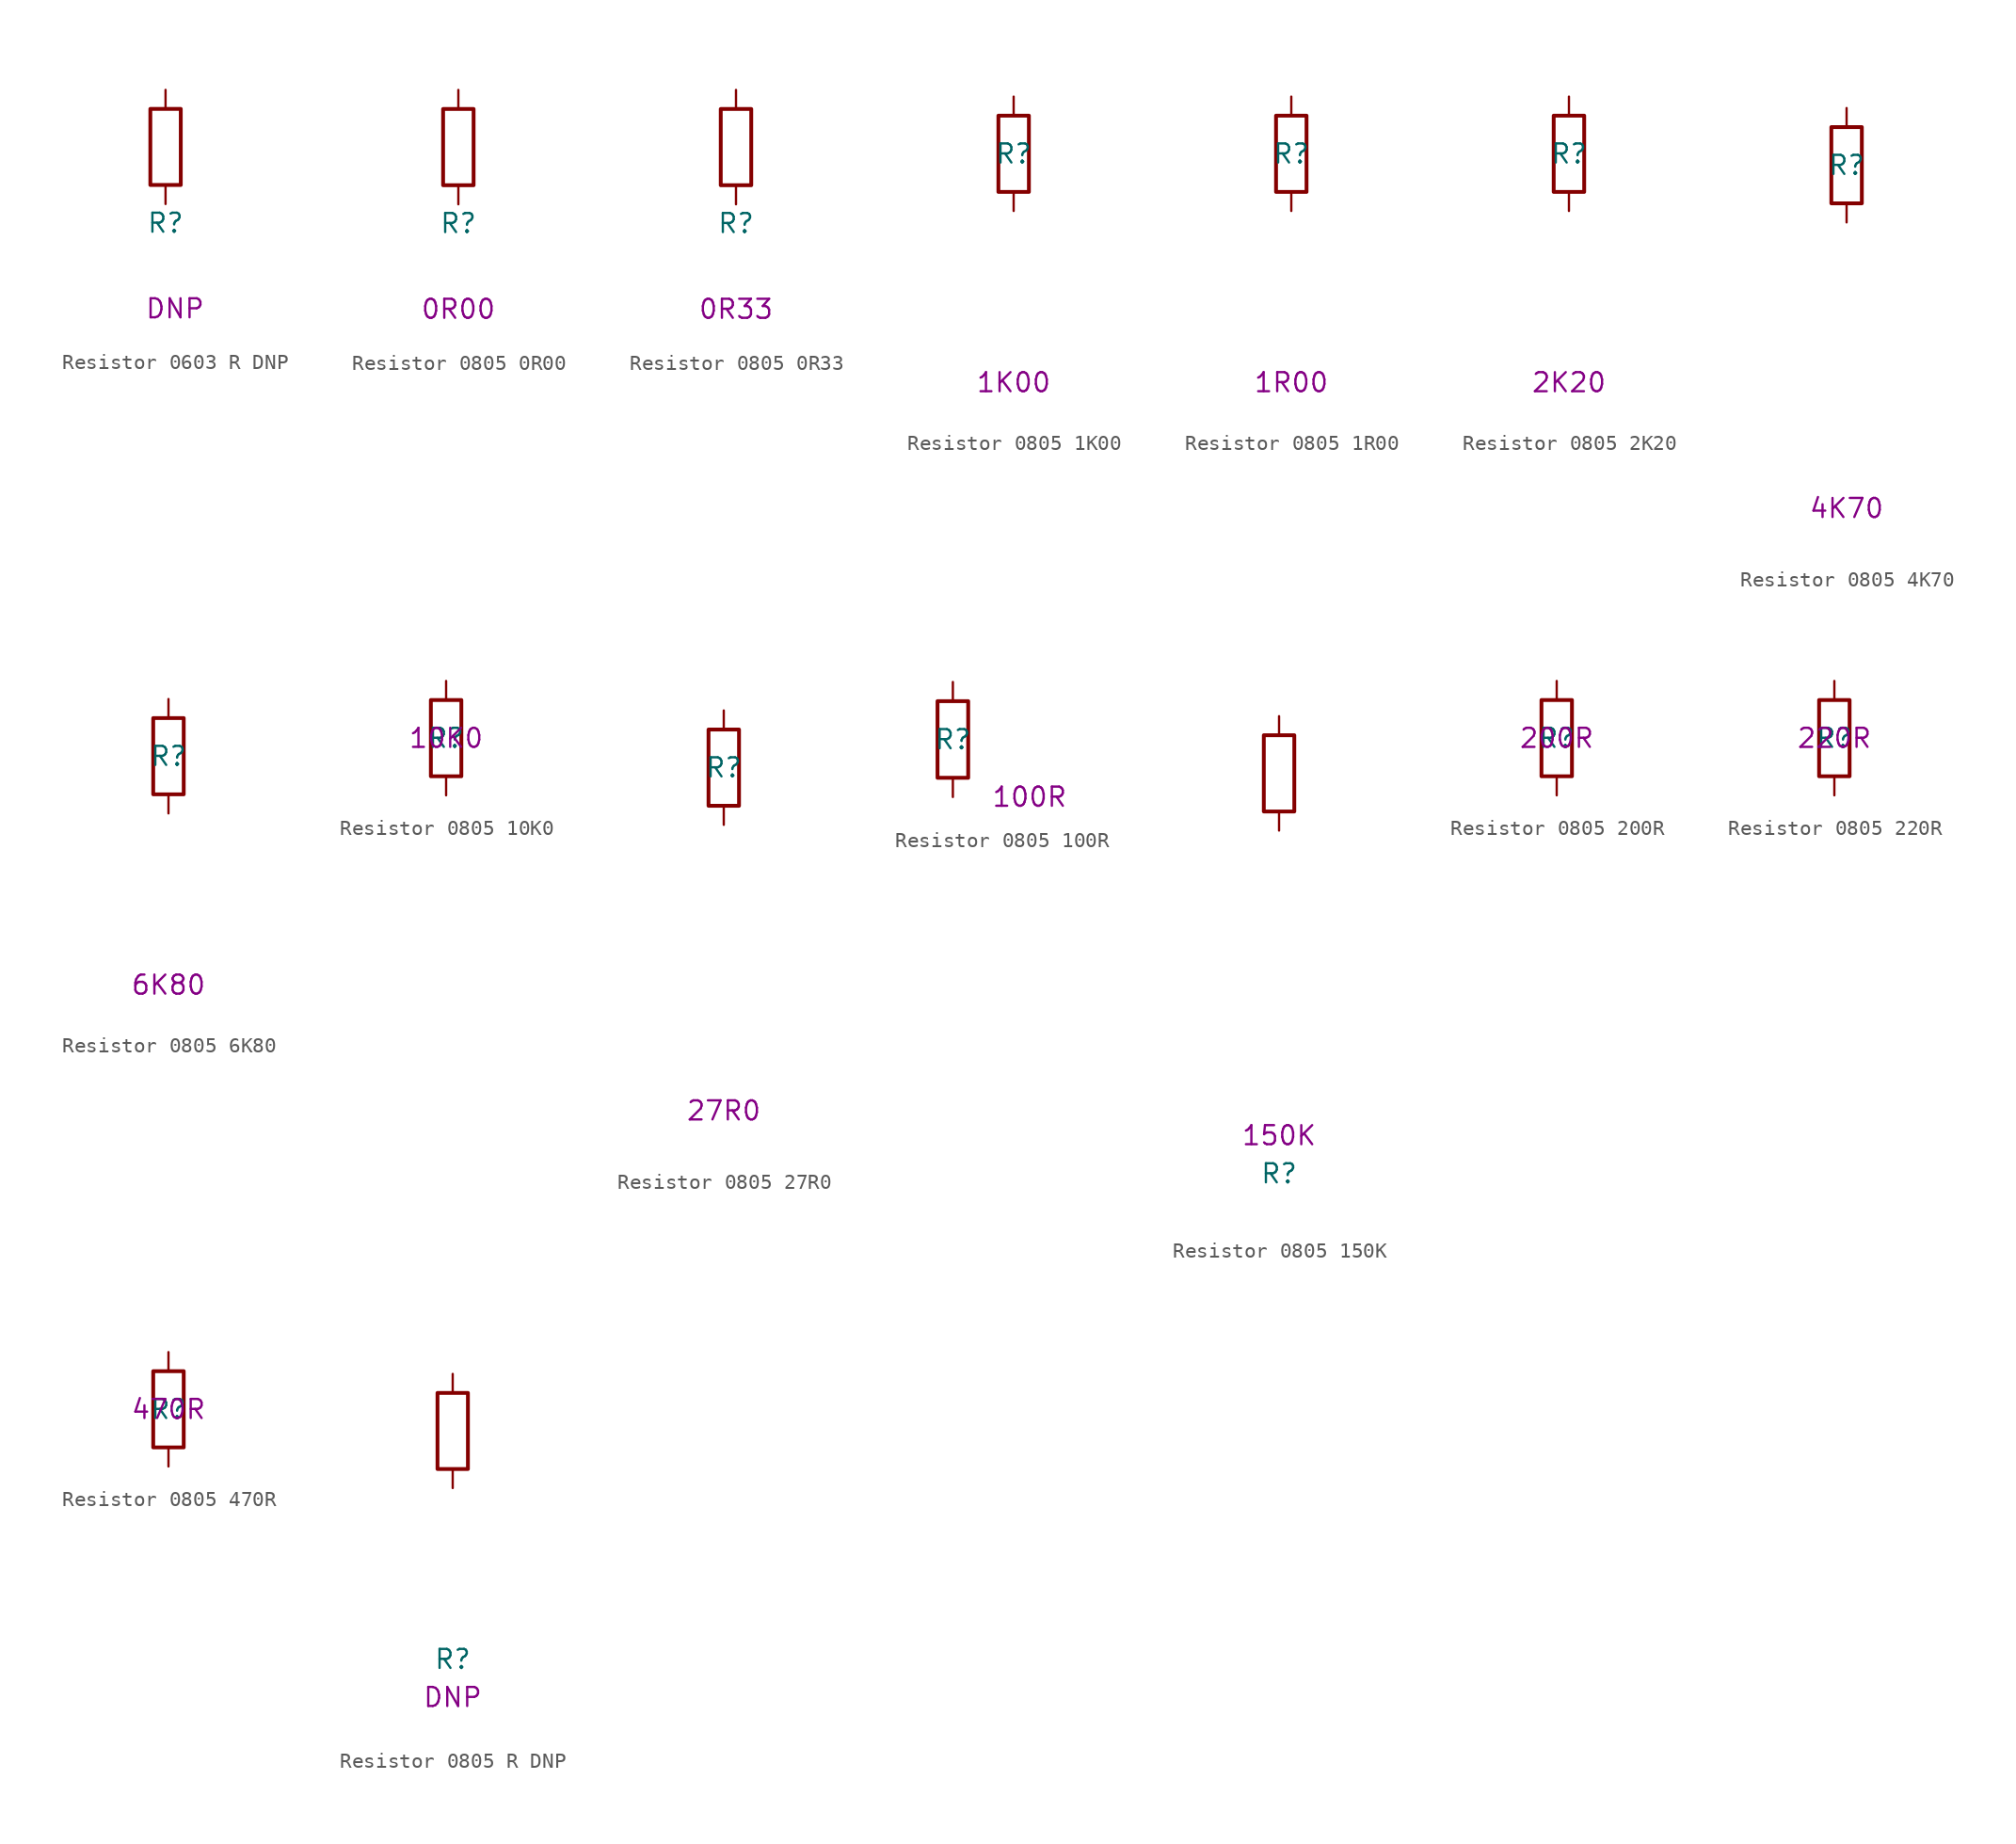
<source format=kicad_sym>
(kicad_symbol_lib
  (version 20211014)
  (generator kicad_symbol_editor)
  (symbol "Resistor 0603 R DNP"
    (pin_numbers hide)
    (pin_names
      (offset 1.016))
    (property "Reference" "R"
      (at 0 -5.08 0)
      (effects (font (size 1.27 1.27))))
    (property "Comment" "DNP"
      (at 0.635 -10.795 0)
      (effects (font (size 1.27 1.27))))
    (symbol "Resistor 0603 R DNP_1_1"
      (rectangle (start -1.016 -2.54) (end 1.016 2.54) (stroke (width 0.254) (type default) (color 0 0 0 0)) (fill (type none)))
      (pin passive line (at 0 3.81 270) (length 1.27) (name "~" (effects (font (size 1.27 1.27)))) (number "1" (effects (font (size 1.27 1.27)))))
      (pin passive line (at 0 -3.81 90) (length 1.27) (name "~" (effects (font (size 1.27 1.27)))) (number "2" (effects (font (size 1.27 1.27)))))))
  (symbol "Resistor 0805 0R00"
    (pin_numbers hide)
    (pin_names
      (offset 1.016))
    (property "Reference" "R"
      (at 0 -5.08 0)
      (effects (font (size 1.27 1.27))))
    (property "Comment" "0R00"
      (at 0 -10.795 0)
      (effects (font (size 1.27 1.27))))
    (symbol "Resistor 0805 0R00_1_1"
      (rectangle (start -1.016 -2.54) (end 1.016 2.54) (stroke (width 0.254) (type default) (color 0 0 0 0)) (fill (type none)))
      (pin passive line (at 0 3.81 270) (length 1.27) (name "~" (effects (font (size 1.27 1.27)))) (number "1" (effects (font (size 1.27 1.27)))))
      (pin passive line (at 0 -3.81 90) (length 1.27) (name "~" (effects (font (size 1.27 1.27)))) (number "2" (effects (font (size 1.27 1.27)))))))
  (symbol "Resistor 0805 0R33"
    (pin_numbers hide)
    (pin_names
      (offset 1.016))
    (property "Reference" "R"
      (at 0 -5.08 0)
      (effects (font (size 1.27 1.27))))
    (property "Comment" "0R33"
      (at 0 -10.795 0)
      (effects (font (size 1.27 1.27))))
    (symbol "Resistor 0805 0R33_1_1"
      (rectangle (start -1.016 -2.54) (end 1.016 2.54) (stroke (width 0.254) (type default) (color 0 0 0 0)) (fill (type none)))
      (pin passive line (at 0 3.81 270) (length 1.27) (name "~" (effects (font (size 1.27 1.27)))) (number "1" (effects (font (size 1.27 1.27)))))
      (pin passive line (at 0 -3.81 90) (length 1.27) (name "~" (effects (font (size 1.27 1.27)))) (number "2" (effects (font (size 1.27 1.27)))))))
  (symbol "Resistor 0805 1K00"
    (pin_numbers hide)
    (pin_names
      (offset 1.016))
    (property "Reference" "R"
      (at 0 0 0)
      (effects (font (size 1.27 1.27))))
    (property "Comment" "1K00"
      (at 0 -15.24 0)
      (effects (font (size 1.27 1.27))))
    (symbol "Resistor 0805 1K00_1_1"
      (rectangle (start -1.016 -2.54) (end 1.016 2.54) (stroke (width 0.254) (type default) (color 0 0 0 0)) (fill (type none)))
      (pin passive line (at 0 3.81 270) (length 1.27) (name "~" (effects (font (size 1.27 1.27)))) (number "1" (effects (font (size 1.27 1.27)))))
      (pin passive line (at 0 -3.81 90) (length 1.27) (name "~" (effects (font (size 1.27 1.27)))) (number "2" (effects (font (size 1.27 1.27)))))))
  (symbol "Resistor 0805 1R00"
    (pin_numbers hide)
    (pin_names
      (offset 1.016) hide)
    (property "Reference" "R"
      (at 0 0 0)
      (effects (font (size 1.27 1.27))))
    (property "Comment" "1R00"
      (at 0 -15.24 0)
      (effects (font (size 1.27 1.27))))
    (symbol "Resistor 0805 1R00_1_1"
      (rectangle (start -1.016 -2.54) (end 1.016 2.54) (stroke (width 0.254) (type default) (color 0 0 0 0)) (fill (type none)))
      (pin passive line (at 0 3.81 270) (length 1.27) (name "~" (effects (font (size 1.27 1.27)))) (number "1" (effects (font (size 1.27 1.27)))))
      (pin passive line (at 0 -3.81 90) (length 1.27) (name "~" (effects (font (size 1.27 1.27)))) (number "2" (effects (font (size 1.27 1.27)))))))
  (symbol "Resistor 0805 2K20"
    (pin_numbers hide)
    (pin_names
      (offset 1.016))
    (property "Reference" "R"
      (at 0 0 0)
      (effects (font (size 1.27 1.27))))
    (property "Comment" "2K20"
      (at 0 -15.24 0)
      (effects (font (size 1.27 1.27))))
    (symbol "Resistor 0805 2K20_1_1"
      (rectangle (start -1.016 -2.54) (end 1.016 2.54) (stroke (width 0.254) (type default) (color 0 0 0 0)) (fill (type none)))
      (pin passive line (at 0 3.81 270) (length 1.27) (name "~" (effects (font (size 1.27 1.27)))) (number "1" (effects (font (size 1.27 1.27)))))
      (pin passive line (at 0 -3.81 90) (length 1.27) (name "~" (effects (font (size 1.27 1.27)))) (number "2" (effects (font (size 1.27 1.27)))))))
  (symbol "Resistor 0805 4K70"
    (pin_numbers hide)
    (pin_names
      (offset 1.016) hide)
    (property "Reference" "R"
      (at 0 0 0)
      (effects (font (size 1.27 1.27))))
    (property "Comment" "4K70"
      (at 0 -22.86 0)
      (effects (font (size 1.27 1.27))))
    (symbol "Resistor 0805 4K70_1_1"
      (rectangle (start -1.016 -2.54) (end 1.016 2.54) (stroke (width 0.254) (type default) (color 0 0 0 0)) (fill (type none)))
      (pin passive line (at 0 3.81 270) (length 1.27) (name "~" (effects (font (size 1.27 1.27)))) (number "1" (effects (font (size 1.27 1.27)))))
      (pin passive line (at 0 -3.81 90) (length 1.27) (name "~" (effects (font (size 1.27 1.27)))) (number "2" (effects (font (size 1.27 1.27)))))))
  (symbol "Resistor 0805 6K80"
    (pin_numbers hide)
    (pin_names
      (offset 1.016))
    (property "Reference" "R"
      (at 0 0 0)
      (effects (font (size 1.27 1.27))))
    (property "Comment" "6K80"
      (at 0 -15.24 0)
      (effects (font (size 1.27 1.27))))
    (symbol "Resistor 0805 6K80_1_1"
      (rectangle (start -1.016 -2.54) (end 1.016 2.54) (stroke (width 0.254) (type default) (color 0 0 0 0)) (fill (type none)))
      (pin passive line (at 0 3.81 270) (length 1.27) (name "~" (effects (font (size 1.27 1.27)))) (number "1" (effects (font (size 1.27 1.27)))))
      (pin passive line (at 0 -3.81 90) (length 1.27) (name "~" (effects (font (size 1.27 1.27)))) (number "2" (effects (font (size 1.27 1.27)))))))
  (symbol "Resistor 0805 10K0"
    (pin_numbers hide)
    (pin_names
      (offset 1.016))
    (property "Reference" "R"
      (at 0 0 0)
      (effects (font (size 1.27 1.27))))
    (property "Comment" "10K0"
      (at 0 0 0)
      (effects (font (size 1.27 1.27))))
    (symbol "Resistor 0805 10K0_1_1"
      (rectangle (start -1.016 -2.54) (end 1.016 2.54) (stroke (width 0.254) (type default) (color 0 0 0 0)) (fill (type none)))
      (pin passive line (at 0 3.81 270) (length 1.27) (name "~" (effects (font (size 1.27 1.27)))) (number "1" (effects (font (size 1.27 1.27)))))
      (pin passive line (at 0 -3.81 90) (length 1.27) (name "~" (effects (font (size 1.27 1.27)))) (number "2" (effects (font (size 1.27 1.27)))))))
  (symbol "Resistor 0805 27R0"
    (pin_numbers hide)
    (pin_names
      (offset 1.016) hide)
    (property "Reference" "R"
      (at 0 0 0)
      (effects (font (size 1.27 1.27))))
    (property "Comment" "27R0"
      (at 0 -22.86 0)
      (effects (font (size 1.27 1.27))))
    (symbol "Resistor 0805 27R0_1_1"
      (rectangle (start -1.016 -2.54) (end 1.016 2.54) (stroke (width 0.254) (type default) (color 0 0 0 0)) (fill (type none)))
      (pin passive line (at 0 3.81 270) (length 1.27) (name "~" (effects (font (size 1.27 1.27)))) (number "1" (effects (font (size 1.27 1.27)))))
      (pin passive line (at 0 -3.81 90) (length 1.27) (name "~" (effects (font (size 1.27 1.27)))) (number "2" (effects (font (size 1.27 1.27)))))))
  (symbol "Resistor 0805 100R"
    (pin_numbers hide)
    (pin_names
      (offset 1.016))
    (property "Reference" "R"
      (at 0 0 0)
      (effects (font (size 1.27 1.27))))
    (property "Comment" "100R"
      (at 5.08 -3.81 0)
      (effects (font (size 1.27 1.27))))
    (symbol "Resistor 0805 100R_1_1"
      (rectangle (start -1.016 -2.54) (end 1.016 2.54) (stroke (width 0.254) (type default) (color 0 0 0 0)) (fill (type none)))
      (pin passive line (at 0 3.81 270) (length 1.27) (name "~" (effects (font (size 1.27 1.27)))) (number "1" (effects (font (size 1.27 1.27)))))
      (pin passive line (at 0 -3.81 90) (length 1.27) (name "~" (effects (font (size 1.27 1.27)))) (number "2" (effects (font (size 1.27 1.27)))))))
  (symbol "Resistor 0805 150K"
    (pin_numbers hide)
    (pin_names
      (offset 1.016))
    (property "Reference" "R"
      (at 0 -26.67 0)
      (effects (font (size 1.27 1.27))))
    (property "Comment" "150K"
      (at 0 -24.13 0)
      (effects (font (size 1.27 1.27))))
    (symbol "Resistor 0805 150K_1_1"
      (rectangle (start -1.016 -2.54) (end 1.016 2.54) (stroke (width 0.254) (type default) (color 0 0 0 0)) (fill (type none)))
      (pin passive line (at 0 3.81 270) (length 1.27) (name "~" (effects (font (size 1.27 1.27)))) (number "1" (effects (font (size 1.27 1.27)))))
      (pin passive line (at 0 -3.81 90) (length 1.27) (name "~" (effects (font (size 1.27 1.27)))) (number "2" (effects (font (size 1.27 1.27)))))))
  (symbol "Resistor 0805 200R"
    (pin_numbers hide)
    (pin_names
      (offset 1.016))
    (property "Reference" "R"
      (at 0 0 0)
      (effects (font (size 1.27 1.27))))
    (property "Comment" "200R"
      (at 0 0 0)
      (effects (font (size 1.27 1.27))))
    (symbol "Resistor 0805 200R_1_1"
      (rectangle (start -1.016 -2.54) (end 1.016 2.54) (stroke (width 0.254) (type default) (color 0 0 0 0)) (fill (type none)))
      (pin passive line (at 0 3.81 270) (length 1.27) (name "~" (effects (font (size 1.27 1.27)))) (number "1" (effects (font (size 1.27 1.27)))))
      (pin passive line (at 0 -3.81 90) (length 1.27) (name "~" (effects (font (size 1.27 1.27)))) (number "2" (effects (font (size 1.27 1.27)))))))
  (symbol "Resistor 0805 220R"
    (pin_numbers hide)
    (pin_names
      (offset 1.016))
    (property "Reference" "R"
      (at 0 0 0)
      (effects (font (size 1.27 1.27))))
    (property "Comment" "220R"
      (at 0 0 0)
      (effects (font (size 1.27 1.27))))
    (symbol "Resistor 0805 220R_1_1"
      (rectangle (start -1.016 -2.54) (end 1.016 2.54) (stroke (width 0.254) (type default) (color 0 0 0 0)) (fill (type none)))
      (pin passive line (at 0 3.81 270) (length 1.27) (name "~" (effects (font (size 1.27 1.27)))) (number "1" (effects (font (size 1.27 1.27)))))
      (pin passive line (at 0 -3.81 90) (length 1.27) (name "~" (effects (font (size 1.27 1.27)))) (number "2" (effects (font (size 1.27 1.27)))))))
  (symbol "Resistor 0805 470R"
    (pin_numbers hide)
    (pin_names
      (offset 1.016))
    (property "Reference" "R"
      (at 0 0 0)
      (effects (font (size 1.27 1.27))))
    (property "Comment" "470R"
      (at 0 0 0)
      (effects (font (size 1.27 1.27))))
    (symbol "Resistor 0805 470R_1_1"
      (rectangle (start -1.016 -2.54) (end 1.016 2.54) (stroke (width 0.254) (type default) (color 0 0 0 0)) (fill (type none)))
      (pin passive line (at 0 3.81 270) (length 1.27) (name "~" (effects (font (size 1.27 1.27)))) (number "1" (effects (font (size 1.27 1.27)))))
      (pin passive line (at 0 -3.81 90) (length 1.27) (name "~" (effects (font (size 1.27 1.27)))) (number "2" (effects (font (size 1.27 1.27)))))))
  (symbol "Resistor 0805 R DNP"
    (pin_numbers hide)
    (pin_names
      (offset 1.016))
    (property "Reference" "R"
      (at 0 -15.24 0)
      (effects (font (size 1.27 1.27))))
    (property "Comment" "DNP"
      (at 0 -17.78 0)
      (effects (font (size 1.27 1.27))))
    (symbol "Resistor 0805 R DNP_1_1"
      (rectangle (start -1.016 -2.54) (end 1.016 2.54) (stroke (width 0.254) (type default) (color 0 0 0 0)) (fill (type none)))
      (pin passive line (at 0 3.81 270) (length 1.27) (name "~" (effects (font (size 1.27 1.27)))) (number "1" (effects (font (size 1.27 1.27)))))
      (pin passive line (at 0 -3.81 90) (length 1.27) (name "~" (effects (font (size 1.27 1.27)))) (number "2" (effects (font (size 1.27 1.27))))))))
</source>
